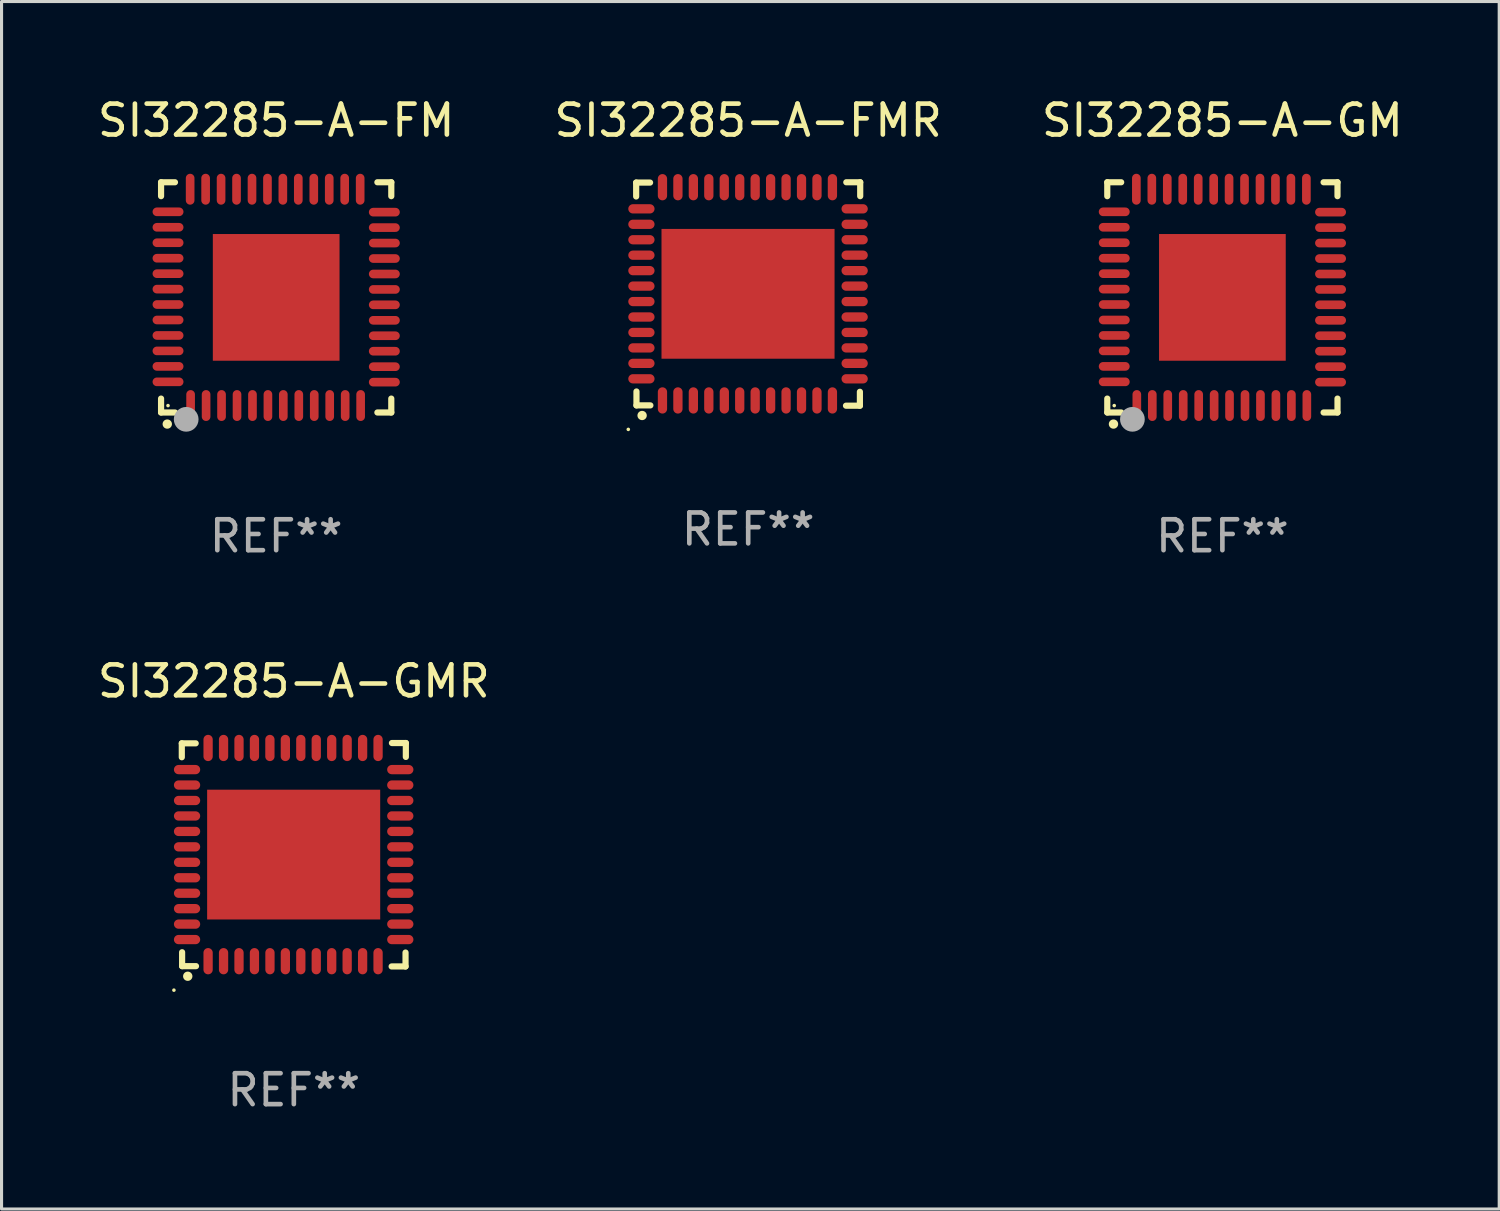
<source format=kicad_pcb>
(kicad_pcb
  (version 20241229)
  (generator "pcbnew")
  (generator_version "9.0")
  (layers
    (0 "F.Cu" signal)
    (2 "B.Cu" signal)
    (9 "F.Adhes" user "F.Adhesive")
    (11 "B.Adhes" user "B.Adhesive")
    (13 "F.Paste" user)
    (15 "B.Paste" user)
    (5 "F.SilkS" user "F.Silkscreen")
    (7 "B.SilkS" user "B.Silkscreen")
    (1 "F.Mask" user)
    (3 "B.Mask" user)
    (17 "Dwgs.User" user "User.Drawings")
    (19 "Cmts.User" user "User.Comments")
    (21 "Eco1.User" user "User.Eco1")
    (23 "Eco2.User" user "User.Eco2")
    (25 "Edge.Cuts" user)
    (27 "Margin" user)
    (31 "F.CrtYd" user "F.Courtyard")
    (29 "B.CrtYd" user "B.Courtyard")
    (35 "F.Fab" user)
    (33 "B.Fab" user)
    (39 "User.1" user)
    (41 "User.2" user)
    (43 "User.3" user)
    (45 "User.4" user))
  (footprint "SI32285-A-FMR"
    (layer "F.Cu")
    (at 21.161 6.463)
    (property "Reference" "SI32285-A-FMR" (at 0 -5.615 0) (layer "F.SilkS") (effects (font (size 1 1) (thickness 0.15))))
    (attr through_hole)
    (fp_line (start -3.625 -3.605) (end -3.175 -3.605) (stroke (width 0.2) (type solid)) (layer "F.SilkS"))
    (fp_line (start -3.625 -3.155) (end -3.625 -3.605) (stroke (width 0.2) (type solid)) (layer "F.SilkS"))
    (fp_line (start -3.615 3.605) (end -3.615 3.155) (stroke (width 0.2) (type solid)) (layer "F.SilkS"))
    (fp_line (start -3.165 3.605) (end -3.615 3.605) (stroke (width 0.2) (type solid)) (layer "F.SilkS"))
    (fp_line (start 3.165 3.615) (end 3.615 3.615) (stroke (width 0.2) (type solid)) (layer "F.SilkS"))
    (fp_line (start 3.615 3.615) (end 3.615 3.165) (stroke (width 0.2) (type solid)) (layer "F.SilkS"))
    (fp_line (start 3.625 -3.615) (end 3.175 -3.615) (stroke (width 0.2) (type solid)) (layer "F.SilkS"))
    (fp_line (start 3.625 -3.165) (end 3.625 -3.615) (stroke (width 0.2) (type solid)) (layer "F.SilkS"))
    (fp_arc (start -3.434011 3.931928) (mid -3.432741 3.931923) (end -3.431471 3.931928) (stroke (width 0.3) (type solid)) (layer "F.SilkS"))
    (fp_circle (center -3.88 4.382) (end -3.85 4.382) (stroke (width 0.06) (type solid)) (fill no) (layer "F.SilkS"))
    (fp_text user "REF**" (at 0 7.615 0) (layer "F.Fab") (effects (font (size 1 1) (thickness 0.15))))
    (pad "1" smd oval (at -2.774 3.445 180) (size 0.3 0.85) (layers "F.Cu" "F.Mask" "F.Paste"))
    (pad "2" smd oval (at -2.274 3.445 180) (size 0.3 0.85) (layers "F.Cu" "F.Mask" "F.Paste"))
    (pad "3" smd oval (at -1.774 3.445 180) (size 0.3 0.85) (layers "F.Cu" "F.Mask" "F.Paste"))
    (pad "4" smd oval (at -1.274 3.445 180) (size 0.3 0.85) (layers "F.Cu" "F.Mask" "F.Paste"))
    (pad "5" smd oval (at -0.772 3.445 180) (size 0.3 0.85) (layers "F.Cu" "F.Mask" "F.Paste"))
    (pad "6" smd oval (at -0.274 3.445 180) (size 0.3 0.85) (layers "F.Cu" "F.Mask" "F.Paste"))
    (pad "7" smd oval (at 0.226 3.445 180) (size 0.3 0.85) (layers "F.Cu" "F.Mask" "F.Paste"))
    (pad "8" smd oval (at 0.726 3.445 180) (size 0.3 0.85) (layers "F.Cu" "F.Mask" "F.Paste"))
    (pad "9" smd oval (at 1.226 3.445 180) (size 0.3 0.85) (layers "F.Cu" "F.Mask" "F.Paste"))
    (pad "10" smd oval (at 1.726 3.445 180) (size 0.3 0.85) (layers "F.Cu" "F.Mask" "F.Paste"))
    (pad "11" smd oval (at 2.226 3.445 180) (size 0.3 0.85) (layers "F.Cu" "F.Mask" "F.Paste"))
    (pad "12" smd oval (at 2.726 3.445 180) (size 0.3 0.85) (layers "F.Cu" "F.Mask" "F.Paste"))
    (pad "13" smd oval (at 3.445 2.745 90) (size 0.3 0.85) (layers "F.Cu" "F.Mask" "F.Paste"))
    (pad "14" smd oval (at 3.445 2.245 90) (size 0.3 0.85) (layers "F.Cu" "F.Mask" "F.Paste"))
    (pad "15" smd oval (at 3.445 1.745 90) (size 0.3 0.85) (layers "F.Cu" "F.Mask" "F.Paste"))
    (pad "16" smd oval (at 3.445 1.245 90) (size 0.3 0.85) (layers "F.Cu" "F.Mask" "F.Paste"))
    (pad "17" smd oval (at 3.445 0.745 90) (size 0.3 0.85) (layers "F.Cu" "F.Mask" "F.Paste"))
    (pad "18" smd oval (at 3.445 0.245 90) (size 0.3 0.85) (layers "F.Cu" "F.Mask" "F.Paste"))
    (pad "19" smd oval (at 3.445 -0.255 90) (size 0.3 0.85) (layers "F.Cu" "F.Mask" "F.Paste"))
    (pad "20" smd oval (at 3.445 -0.755 90) (size 0.3 0.85) (layers "F.Cu" "F.Mask" "F.Paste"))
    (pad "21" smd oval (at 3.445 -1.255 90) (size 0.3 0.85) (layers "F.Cu" "F.Mask" "F.Paste"))
    (pad "22" smd oval (at 3.445 -1.755 90) (size 0.3 0.85) (layers "F.Cu" "F.Mask" "F.Paste"))
    (pad "23" smd oval (at 3.445 -2.255 90) (size 0.3 0.85) (layers "F.Cu" "F.Mask" "F.Paste"))
    (pad "24" smd oval (at 3.445 -2.755 90) (size 0.3 0.85) (layers "F.Cu" "F.Mask" "F.Paste"))
    (pad "25" smd oval (at 2.726 -3.455 180) (size 0.3 0.85) (layers "F.Cu" "F.Mask" "F.Paste"))
    (pad "26" smd oval (at 2.226 -3.455 180) (size 0.3 0.85) (layers "F.Cu" "F.Mask" "F.Paste"))
    (pad "27" smd oval (at 1.726 -3.455 180) (size 0.3 0.85) (layers "F.Cu" "F.Mask" "F.Paste"))
    (pad "28" smd oval (at 1.226 -3.455 180) (size 0.3 0.85) (layers "F.Cu" "F.Mask" "F.Paste"))
    (pad "29" smd oval (at 0.726 -3.455 180) (size 0.3 0.85) (layers "F.Cu" "F.Mask" "F.Paste"))
    (pad "30" smd oval (at 0.226 -3.455 180) (size 0.3 0.85) (layers "F.Cu" "F.Mask" "F.Paste"))
    (pad "31" smd oval (at -0.274 -3.455 180) (size 0.3 0.85) (layers "F.Cu" "F.Mask" "F.Paste"))
    (pad "32" smd oval (at -0.774 -3.455 180) (size 0.3 0.85) (layers "F.Cu" "F.Mask" "F.Paste"))
    (pad "33" smd oval (at -1.274 -3.455 180) (size 0.3 0.85) (layers "F.Cu" "F.Mask" "F.Paste"))
    (pad "34" smd oval (at -1.774 -3.455 180) (size 0.3 0.85) (layers "F.Cu" "F.Mask" "F.Paste"))
    (pad "35" smd oval (at -2.274 -3.455 180) (size 0.3 0.85) (layers "F.Cu" "F.Mask" "F.Paste"))
    (pad "36" smd oval (at -2.774 -3.455 180) (size 0.3 0.85) (layers "F.Cu" "F.Mask" "F.Paste"))
    (pad "37" smd oval (at -3.455 -2.755 90) (size 0.3 0.85) (layers "F.Cu" "F.Mask" "F.Paste"))
    (pad "38" smd oval (at -3.455 -2.255 90) (size 0.3 0.85) (layers "F.Cu" "F.Mask" "F.Paste"))
    (pad "39" smd oval (at -3.455 -1.755 90) (size 0.3 0.85) (layers "F.Cu" "F.Mask" "F.Paste"))
    (pad "40" smd oval (at -3.455 -1.255 90) (size 0.3 0.85) (layers "F.Cu" "F.Mask" "F.Paste"))
    (pad "41" smd oval (at -3.455 -0.755 90) (size 0.3 0.85) (layers "F.Cu" "F.Mask" "F.Paste"))
    (pad "42" smd oval (at -3.455 -0.255 90) (size 0.3 0.85) (layers "F.Cu" "F.Mask" "F.Paste"))
    (pad "43" smd oval (at -3.455 0.245 90) (size 0.3 0.85) (layers "F.Cu" "F.Mask" "F.Paste"))
    (pad "44" smd oval (at -3.455 0.745 90) (size 0.3 0.85) (layers "F.Cu" "F.Mask" "F.Paste"))
    (pad "45" smd oval (at -3.455 1.245 90) (size 0.3 0.85) (layers "F.Cu" "F.Mask" "F.Paste"))
    (pad "46" smd oval (at -3.455 1.745 90) (size 0.3 0.85) (layers "F.Cu" "F.Mask" "F.Paste"))
    (pad "47" smd oval (at -3.455 2.245 90) (size 0.3 0.85) (layers "F.Cu" "F.Mask" "F.Paste"))
    (pad "48" smd oval (at -3.455 2.745 90) (size 0.3 0.85) (layers "F.Cu" "F.Mask" "F.Paste"))
    (pad "49" smd rect (at -0.005 -0.005 180) (size 5.6 4.2) (layers "F.Cu" "F.Mask" "F.Paste")))
  (footprint "SI32285-A-FM"
    (layer "F.Cu")
    (at 5.887 6.573)
    (property "Reference" "SI32285-A-FM" (at 0 -5.725 0) (layer "F.SilkS") (effects (font (size 1 1) (thickness 0.15))))
    (attr through_hole)
    (fp_line (start -3.725 -3.725) (end -3.275 -3.725) (stroke (width 0.2) (type solid)) (layer "F.SilkS"))
    (fp_line (start -3.725 -3.275) (end -3.725 -3.725) (stroke (width 0.2) (type solid)) (layer "F.SilkS"))
    (fp_line (start -3.725 3.725) (end -3.725 3.275) (stroke (width 0.2) (type solid)) (layer "F.SilkS"))
    (fp_line (start -3.275 3.725) (end -3.725 3.725) (stroke (width 0.2) (type solid)) (layer "F.SilkS"))
    (fp_line (start 3.275 3.725) (end 3.725 3.725) (stroke (width 0.2) (type solid)) (layer "F.SilkS"))
    (fp_line (start 3.725 -3.725) (end 3.275 -3.725) (stroke (width 0.2) (type solid)) (layer "F.SilkS"))
    (fp_line (start 3.725 -3.275) (end 3.725 -3.725) (stroke (width 0.2) (type solid)) (layer "F.SilkS"))
    (fp_line (start 3.725 3.725) (end 3.725 3.275) (stroke (width 0.2) (type solid)) (layer "F.SilkS"))
    (fp_arc (start -3.525527 4.099568) (mid -3.524257 4.099563) (end -3.522987 4.099568) (stroke (width 0.3) (type solid)) (layer "F.SilkS"))
    (fp_circle (center -3.5 3.502) (end -3.47 3.502) (stroke (width 0.06) (type solid)) (fill no) (layer "F.SilkS"))
    (fp_circle (center -2.912 3.946) (end -2.712 3.946) (stroke (width 0.4) (type solid)) (fill no) (layer "F.Fab"))
    (fp_text user "REF**" (at 0 7.725 0) (layer "F.Fab") (effects (font (size 1 1) (thickness 0.15))))
    (pad "1" smd oval (at -2.769 3.5) (size 0.28 1) (layers "F.Cu" "F.Mask" "F.Paste"))
    (pad "2" smd oval (at -2.268 3.5) (size 0.28 1) (layers "F.Cu" "F.Mask" "F.Paste"))
    (pad "3" smd oval (at -1.768 3.5) (size 0.28 1) (layers "F.Cu" "F.Mask" "F.Paste"))
    (pad "4" smd oval (at -1.267 3.5) (size 0.28 1) (layers "F.Cu" "F.Mask" "F.Paste"))
    (pad "5" smd oval (at -0.767 3.5) (size 0.28 1) (layers "F.Cu" "F.Mask" "F.Paste"))
    (pad "6" smd oval (at -0.267 3.5) (size 0.28 1) (layers "F.Cu" "F.Mask" "F.Paste"))
    (pad "7" smd oval (at 0.231 3.5) (size 0.28 1) (layers "F.Cu" "F.Mask" "F.Paste"))
    (pad "8" smd oval (at 0.732 3.5) (size 0.28 1) (layers "F.Cu" "F.Mask" "F.Paste"))
    (pad "9" smd oval (at 1.232 3.5) (size 0.28 1) (layers "F.Cu" "F.Mask" "F.Paste"))
    (pad "10" smd oval (at 1.732 3.5) (size 0.28 1) (layers "F.Cu" "F.Mask" "F.Paste"))
    (pad "11" smd oval (at 2.233 3.5) (size 0.28 1) (layers "F.Cu" "F.Mask" "F.Paste"))
    (pad "12" smd oval (at 2.733 3.5) (size 0.28 1) (layers "F.Cu" "F.Mask" "F.Paste"))
    (pad "13" smd oval (at 3.5 2.743) (size 1 0.28) (layers "F.Cu" "F.Mask" "F.Paste"))
    (pad "14" smd oval (at 3.5 2.243) (size 1 0.28) (layers "F.Cu" "F.Mask" "F.Paste"))
    (pad "15" smd oval (at 3.5 1.742) (size 1 0.28) (layers "F.Cu" "F.Mask" "F.Paste"))
    (pad "16" smd oval (at 3.5 1.242) (size 1 0.28) (layers "F.Cu" "F.Mask" "F.Paste"))
    (pad "17" smd oval (at 3.5 0.742) (size 1 0.28) (layers "F.Cu" "F.Mask" "F.Paste"))
    (pad "18" smd oval (at 3.5 0.241) (size 1 0.28) (layers "F.Cu" "F.Mask" "F.Paste"))
    (pad "19" smd oval (at 3.5 -0.257) (size 1 0.28) (layers "F.Cu" "F.Mask" "F.Paste"))
    (pad "20" smd oval (at 3.5 -0.757) (size 1 0.28) (layers "F.Cu" "F.Mask" "F.Paste"))
    (pad "21" smd oval (at 3.5 -1.257) (size 1 0.28) (layers "F.Cu" "F.Mask" "F.Paste"))
    (pad "22" smd oval (at 3.5 -1.758) (size 1 0.28) (layers "F.Cu" "F.Mask" "F.Paste"))
    (pad "23" smd oval (at 3.5 -2.258) (size 1 0.28) (layers "F.Cu" "F.Mask" "F.Paste"))
    (pad "24" smd oval (at 3.5 -2.758) (size 1 0.28) (layers "F.Cu" "F.Mask" "F.Paste"))
    (pad "25" smd oval (at 2.718 -3.5) (size 0.28 1) (layers "F.Cu" "F.Mask" "F.Paste"))
    (pad "26" smd oval (at 2.217 -3.5) (size 0.28 1) (layers "F.Cu" "F.Mask" "F.Paste"))
    (pad "27" smd oval (at 1.717 -3.5) (size 0.28 1) (layers "F.Cu" "F.Mask" "F.Paste"))
    (pad "28" smd oval (at 1.217 -3.5) (size 0.28 1) (layers "F.Cu" "F.Mask" "F.Paste"))
    (pad "29" smd oval (at 0.716 -3.5) (size 0.28 1) (layers "F.Cu" "F.Mask" "F.Paste"))
    (pad "30" smd oval (at 0.216 -3.5) (size 0.28 1) (layers "F.Cu" "F.Mask" "F.Paste"))
    (pad "31" smd oval (at -0.282 -3.5) (size 0.28 1) (layers "F.Cu" "F.Mask" "F.Paste"))
    (pad "32" smd oval (at -0.782 -3.5) (size 0.28 1) (layers "F.Cu" "F.Mask" "F.Paste"))
    (pad "33" smd oval (at -1.283 -3.5) (size 0.28 1) (layers "F.Cu" "F.Mask" "F.Paste"))
    (pad "34" smd oval (at -1.783 -3.5) (size 0.28 1) (layers "F.Cu" "F.Mask" "F.Paste"))
    (pad "35" smd oval (at -2.283 -3.5) (size 0.28 1) (layers "F.Cu" "F.Mask" "F.Paste"))
    (pad "36" smd oval (at -2.784 -3.5) (size 0.28 1) (layers "F.Cu" "F.Mask" "F.Paste"))
    (pad "37" smd oval (at -3.5 -2.769) (size 1 0.28) (layers "F.Cu" "F.Mask" "F.Paste"))
    (pad "38" smd oval (at -3.5 -2.268) (size 1 0.28) (layers "F.Cu" "F.Mask" "F.Paste"))
    (pad "39" smd oval (at -3.5 -1.768) (size 1 0.28) (layers "F.Cu" "F.Mask" "F.Paste"))
    (pad "40" smd oval (at -3.5 -1.267) (size 1 0.28) (layers "F.Cu" "F.Mask" "F.Paste"))
    (pad "41" smd oval (at -3.5 -0.767) (size 1 0.28) (layers "F.Cu" "F.Mask" "F.Paste"))
    (pad "42" smd oval (at -3.5 -0.267) (size 1 0.28) (layers "F.Cu" "F.Mask" "F.Paste"))
    (pad "43" smd oval (at -3.5 0.231) (size 1 0.28) (layers "F.Cu" "F.Mask" "F.Paste"))
    (pad "44" smd oval (at -3.5 0.732) (size 1 0.28) (layers "F.Cu" "F.Mask" "F.Paste"))
    (pad "45" smd oval (at -3.5 1.232) (size 1 0.28) (layers "F.Cu" "F.Mask" "F.Paste"))
    (pad "46" smd oval (at -3.5 1.732) (size 1 0.28) (layers "F.Cu" "F.Mask" "F.Paste"))
    (pad "47" smd oval (at -3.5 2.233) (size 1 0.28) (layers "F.Cu" "F.Mask" "F.Paste"))
    (pad "48" smd oval (at -3.5 2.733) (size 1 0.28) (layers "F.Cu" "F.Mask" "F.Paste"))
    (pad "49" smd rect (at 0 0 90) (size 4.1 4.1) (layers "F.Cu" "F.Mask" "F.Paste")))
  (footprint "SI32285-A-GM"
    (layer "F.Cu")
    (at 36.506 6.573)
    (property "Reference" "SI32285-A-GM" (at 0 -5.725 0) (layer "F.SilkS") (effects (font (size 1 1) (thickness 0.15))))
    (attr through_hole)
    (fp_line (start -3.725 -3.725) (end -3.275 -3.725) (stroke (width 0.2) (type solid)) (layer "F.SilkS"))
    (fp_line (start -3.725 -3.275) (end -3.725 -3.725) (stroke (width 0.2) (type solid)) (layer "F.SilkS"))
    (fp_line (start -3.725 3.725) (end -3.725 3.275) (stroke (width 0.2) (type solid)) (layer "F.SilkS"))
    (fp_line (start -3.275 3.725) (end -3.725 3.725) (stroke (width 0.2) (type solid)) (layer "F.SilkS"))
    (fp_line (start 3.275 3.725) (end 3.725 3.725) (stroke (width 0.2) (type solid)) (layer "F.SilkS"))
    (fp_line (start 3.725 -3.725) (end 3.275 -3.725) (stroke (width 0.2) (type solid)) (layer "F.SilkS"))
    (fp_line (start 3.725 -3.275) (end 3.725 -3.725) (stroke (width 0.2) (type solid)) (layer "F.SilkS"))
    (fp_line (start 3.725 3.725) (end 3.725 3.275) (stroke (width 0.2) (type solid)) (layer "F.SilkS"))
    (fp_arc (start -3.525527 4.099568) (mid -3.524257 4.099563) (end -3.522987 4.099568) (stroke (width 0.3) (type solid)) (layer "F.SilkS"))
    (fp_circle (center -3.5 3.502) (end -3.47 3.502) (stroke (width 0.06) (type solid)) (fill no) (layer "F.SilkS"))
    (fp_circle (center -2.912 3.946) (end -2.712 3.946) (stroke (width 0.4) (type solid)) (fill no) (layer "F.Fab"))
    (fp_text user "REF**" (at 0 7.725 0) (layer "F.Fab") (effects (font (size 1 1) (thickness 0.15))))
    (pad "1" smd oval (at -2.769 3.5) (size 0.28 1) (layers "F.Cu" "F.Mask" "F.Paste"))
    (pad "2" smd oval (at -2.268 3.5) (size 0.28 1) (layers "F.Cu" "F.Mask" "F.Paste"))
    (pad "3" smd oval (at -1.768 3.5) (size 0.28 1) (layers "F.Cu" "F.Mask" "F.Paste"))
    (pad "4" smd oval (at -1.267 3.5) (size 0.28 1) (layers "F.Cu" "F.Mask" "F.Paste"))
    (pad "5" smd oval (at -0.767 3.5) (size 0.28 1) (layers "F.Cu" "F.Mask" "F.Paste"))
    (pad "6" smd oval (at -0.267 3.5) (size 0.28 1) (layers "F.Cu" "F.Mask" "F.Paste"))
    (pad "7" smd oval (at 0.231 3.5) (size 0.28 1) (layers "F.Cu" "F.Mask" "F.Paste"))
    (pad "8" smd oval (at 0.732 3.5) (size 0.28 1) (layers "F.Cu" "F.Mask" "F.Paste"))
    (pad "9" smd oval (at 1.232 3.5) (size 0.28 1) (layers "F.Cu" "F.Mask" "F.Paste"))
    (pad "10" smd oval (at 1.732 3.5) (size 0.28 1) (layers "F.Cu" "F.Mask" "F.Paste"))
    (pad "11" smd oval (at 2.233 3.5) (size 0.28 1) (layers "F.Cu" "F.Mask" "F.Paste"))
    (pad "12" smd oval (at 2.733 3.5) (size 0.28 1) (layers "F.Cu" "F.Mask" "F.Paste"))
    (pad "13" smd oval (at 3.5 2.743) (size 1 0.28) (layers "F.Cu" "F.Mask" "F.Paste"))
    (pad "14" smd oval (at 3.5 2.243) (size 1 0.28) (layers "F.Cu" "F.Mask" "F.Paste"))
    (pad "15" smd oval (at 3.5 1.742) (size 1 0.28) (layers "F.Cu" "F.Mask" "F.Paste"))
    (pad "16" smd oval (at 3.5 1.242) (size 1 0.28) (layers "F.Cu" "F.Mask" "F.Paste"))
    (pad "17" smd oval (at 3.5 0.742) (size 1 0.28) (layers "F.Cu" "F.Mask" "F.Paste"))
    (pad "18" smd oval (at 3.5 0.241) (size 1 0.28) (layers "F.Cu" "F.Mask" "F.Paste"))
    (pad "19" smd oval (at 3.5 -0.257) (size 1 0.28) (layers "F.Cu" "F.Mask" "F.Paste"))
    (pad "20" smd oval (at 3.5 -0.757) (size 1 0.28) (layers "F.Cu" "F.Mask" "F.Paste"))
    (pad "21" smd oval (at 3.5 -1.257) (size 1 0.28) (layers "F.Cu" "F.Mask" "F.Paste"))
    (pad "22" smd oval (at 3.5 -1.758) (size 1 0.28) (layers "F.Cu" "F.Mask" "F.Paste"))
    (pad "23" smd oval (at 3.5 -2.258) (size 1 0.28) (layers "F.Cu" "F.Mask" "F.Paste"))
    (pad "24" smd oval (at 3.5 -2.758) (size 1 0.28) (layers "F.Cu" "F.Mask" "F.Paste"))
    (pad "25" smd oval (at 2.718 -3.5) (size 0.28 1) (layers "F.Cu" "F.Mask" "F.Paste"))
    (pad "26" smd oval (at 2.217 -3.5) (size 0.28 1) (layers "F.Cu" "F.Mask" "F.Paste"))
    (pad "27" smd oval (at 1.717 -3.5) (size 0.28 1) (layers "F.Cu" "F.Mask" "F.Paste"))
    (pad "28" smd oval (at 1.217 -3.5) (size 0.28 1) (layers "F.Cu" "F.Mask" "F.Paste"))
    (pad "29" smd oval (at 0.716 -3.5) (size 0.28 1) (layers "F.Cu" "F.Mask" "F.Paste"))
    (pad "30" smd oval (at 0.216 -3.5) (size 0.28 1) (layers "F.Cu" "F.Mask" "F.Paste"))
    (pad "31" smd oval (at -0.282 -3.5) (size 0.28 1) (layers "F.Cu" "F.Mask" "F.Paste"))
    (pad "32" smd oval (at -0.782 -3.5) (size 0.28 1) (layers "F.Cu" "F.Mask" "F.Paste"))
    (pad "33" smd oval (at -1.283 -3.5) (size 0.28 1) (layers "F.Cu" "F.Mask" "F.Paste"))
    (pad "34" smd oval (at -1.783 -3.5) (size 0.28 1) (layers "F.Cu" "F.Mask" "F.Paste"))
    (pad "35" smd oval (at -2.283 -3.5) (size 0.28 1) (layers "F.Cu" "F.Mask" "F.Paste"))
    (pad "36" smd oval (at -2.784 -3.5) (size 0.28 1) (layers "F.Cu" "F.Mask" "F.Paste"))
    (pad "37" smd oval (at -3.5 -2.769) (size 1 0.28) (layers "F.Cu" "F.Mask" "F.Paste"))
    (pad "38" smd oval (at -3.5 -2.268) (size 1 0.28) (layers "F.Cu" "F.Mask" "F.Paste"))
    (pad "39" smd oval (at -3.5 -1.768) (size 1 0.28) (layers "F.Cu" "F.Mask" "F.Paste"))
    (pad "40" smd oval (at -3.5 -1.267) (size 1 0.28) (layers "F.Cu" "F.Mask" "F.Paste"))
    (pad "41" smd oval (at -3.5 -0.767) (size 1 0.28) (layers "F.Cu" "F.Mask" "F.Paste"))
    (pad "42" smd oval (at -3.5 -0.267) (size 1 0.28) (layers "F.Cu" "F.Mask" "F.Paste"))
    (pad "43" smd oval (at -3.5 0.231) (size 1 0.28) (layers "F.Cu" "F.Mask" "F.Paste"))
    (pad "44" smd oval (at -3.5 0.732) (size 1 0.28) (layers "F.Cu" "F.Mask" "F.Paste"))
    (pad "45" smd oval (at -3.5 1.232) (size 1 0.28) (layers "F.Cu" "F.Mask" "F.Paste"))
    (pad "46" smd oval (at -3.5 1.732) (size 1 0.28) (layers "F.Cu" "F.Mask" "F.Paste"))
    (pad "47" smd oval (at -3.5 2.233) (size 1 0.28) (layers "F.Cu" "F.Mask" "F.Paste"))
    (pad "48" smd oval (at -3.5 2.733) (size 1 0.28) (layers "F.Cu" "F.Mask" "F.Paste"))
    (pad "49" smd rect (at 0 0 90) (size 4.1 4.1) (layers "F.Cu" "F.Mask" "F.Paste")))
  (footprint "SI32285-A-GMR"
    (layer "F.Cu")
    (at 6.458 24.609)
    (property "Reference" "SI32285-A-GMR" (at 0 -5.615 0) (layer "F.SilkS") (effects (font (size 1 1) (thickness 0.15))))
    (attr through_hole)
    (fp_line (start -3.625 -3.605) (end -3.175 -3.605) (stroke (width 0.2) (type solid)) (layer "F.SilkS"))
    (fp_line (start -3.625 -3.155) (end -3.625 -3.605) (stroke (width 0.2) (type solid)) (layer "F.SilkS"))
    (fp_line (start -3.615 3.605) (end -3.615 3.155) (stroke (width 0.2) (type solid)) (layer "F.SilkS"))
    (fp_line (start -3.165 3.605) (end -3.615 3.605) (stroke (width 0.2) (type solid)) (layer "F.SilkS"))
    (fp_line (start 3.165 3.615) (end 3.615 3.615) (stroke (width 0.2) (type solid)) (layer "F.SilkS"))
    (fp_line (start 3.615 3.615) (end 3.615 3.165) (stroke (width 0.2) (type solid)) (layer "F.SilkS"))
    (fp_line (start 3.625 -3.615) (end 3.175 -3.615) (stroke (width 0.2) (type solid)) (layer "F.SilkS"))
    (fp_line (start 3.625 -3.165) (end 3.625 -3.615) (stroke (width 0.2) (type solid)) (layer "F.SilkS"))
    (fp_arc (start -3.434011 3.931928) (mid -3.432741 3.931923) (end -3.431471 3.931928) (stroke (width 0.3) (type solid)) (layer "F.SilkS"))
    (fp_circle (center -3.88 4.382) (end -3.85 4.382) (stroke (width 0.06) (type solid)) (fill no) (layer "F.SilkS"))
    (fp_text user "REF**" (at 0 7.615 0) (layer "F.Fab") (effects (font (size 1 1) (thickness 0.15))))
    (pad "1" smd oval (at -2.774 3.445 180) (size 0.3 0.85) (layers "F.Cu" "F.Mask" "F.Paste"))
    (pad "2" smd oval (at -2.274 3.445 180) (size 0.3 0.85) (layers "F.Cu" "F.Mask" "F.Paste"))
    (pad "3" smd oval (at -1.774 3.445 180) (size 0.3 0.85) (layers "F.Cu" "F.Mask" "F.Paste"))
    (pad "4" smd oval (at -1.274 3.445 180) (size 0.3 0.85) (layers "F.Cu" "F.Mask" "F.Paste"))
    (pad "5" smd oval (at -0.772 3.445 180) (size 0.3 0.85) (layers "F.Cu" "F.Mask" "F.Paste"))
    (pad "6" smd oval (at -0.274 3.445 180) (size 0.3 0.85) (layers "F.Cu" "F.Mask" "F.Paste"))
    (pad "7" smd oval (at 0.226 3.445 180) (size 0.3 0.85) (layers "F.Cu" "F.Mask" "F.Paste"))
    (pad "8" smd oval (at 0.726 3.445 180) (size 0.3 0.85) (layers "F.Cu" "F.Mask" "F.Paste"))
    (pad "9" smd oval (at 1.226 3.445 180) (size 0.3 0.85) (layers "F.Cu" "F.Mask" "F.Paste"))
    (pad "10" smd oval (at 1.726 3.445 180) (size 0.3 0.85) (layers "F.Cu" "F.Mask" "F.Paste"))
    (pad "11" smd oval (at 2.226 3.445 180) (size 0.3 0.85) (layers "F.Cu" "F.Mask" "F.Paste"))
    (pad "12" smd oval (at 2.726 3.445 180) (size 0.3 0.85) (layers "F.Cu" "F.Mask" "F.Paste"))
    (pad "13" smd oval (at 3.445 2.745 90) (size 0.3 0.85) (layers "F.Cu" "F.Mask" "F.Paste"))
    (pad "14" smd oval (at 3.445 2.245 90) (size 0.3 0.85) (layers "F.Cu" "F.Mask" "F.Paste"))
    (pad "15" smd oval (at 3.445 1.745 90) (size 0.3 0.85) (layers "F.Cu" "F.Mask" "F.Paste"))
    (pad "16" smd oval (at 3.445 1.245 90) (size 0.3 0.85) (layers "F.Cu" "F.Mask" "F.Paste"))
    (pad "17" smd oval (at 3.445 0.745 90) (size 0.3 0.85) (layers "F.Cu" "F.Mask" "F.Paste"))
    (pad "18" smd oval (at 3.445 0.245 90) (size 0.3 0.85) (layers "F.Cu" "F.Mask" "F.Paste"))
    (pad "19" smd oval (at 3.445 -0.255 90) (size 0.3 0.85) (layers "F.Cu" "F.Mask" "F.Paste"))
    (pad "20" smd oval (at 3.445 -0.755 90) (size 0.3 0.85) (layers "F.Cu" "F.Mask" "F.Paste"))
    (pad "21" smd oval (at 3.445 -1.255 90) (size 0.3 0.85) (layers "F.Cu" "F.Mask" "F.Paste"))
    (pad "22" smd oval (at 3.445 -1.755 90) (size 0.3 0.85) (layers "F.Cu" "F.Mask" "F.Paste"))
    (pad "23" smd oval (at 3.445 -2.255 90) (size 0.3 0.85) (layers "F.Cu" "F.Mask" "F.Paste"))
    (pad "24" smd oval (at 3.445 -2.755 90) (size 0.3 0.85) (layers "F.Cu" "F.Mask" "F.Paste"))
    (pad "25" smd oval (at 2.726 -3.455 180) (size 0.3 0.85) (layers "F.Cu" "F.Mask" "F.Paste"))
    (pad "26" smd oval (at 2.226 -3.455 180) (size 0.3 0.85) (layers "F.Cu" "F.Mask" "F.Paste"))
    (pad "27" smd oval (at 1.726 -3.455 180) (size 0.3 0.85) (layers "F.Cu" "F.Mask" "F.Paste"))
    (pad "28" smd oval (at 1.226 -3.455 180) (size 0.3 0.85) (layers "F.Cu" "F.Mask" "F.Paste"))
    (pad "29" smd oval (at 0.726 -3.455 180) (size 0.3 0.85) (layers "F.Cu" "F.Mask" "F.Paste"))
    (pad "30" smd oval (at 0.226 -3.455 180) (size 0.3 0.85) (layers "F.Cu" "F.Mask" "F.Paste"))
    (pad "31" smd oval (at -0.274 -3.455 180) (size 0.3 0.85) (layers "F.Cu" "F.Mask" "F.Paste"))
    (pad "32" smd oval (at -0.774 -3.455 180) (size 0.3 0.85) (layers "F.Cu" "F.Mask" "F.Paste"))
    (pad "33" smd oval (at -1.274 -3.455 180) (size 0.3 0.85) (layers "F.Cu" "F.Mask" "F.Paste"))
    (pad "34" smd oval (at -1.774 -3.455 180) (size 0.3 0.85) (layers "F.Cu" "F.Mask" "F.Paste"))
    (pad "35" smd oval (at -2.274 -3.455 180) (size 0.3 0.85) (layers "F.Cu" "F.Mask" "F.Paste"))
    (pad "36" smd oval (at -2.774 -3.455 180) (size 0.3 0.85) (layers "F.Cu" "F.Mask" "F.Paste"))
    (pad "37" smd oval (at -3.455 -2.755 90) (size 0.3 0.85) (layers "F.Cu" "F.Mask" "F.Paste"))
    (pad "38" smd oval (at -3.455 -2.255 90) (size 0.3 0.85) (layers "F.Cu" "F.Mask" "F.Paste"))
    (pad "39" smd oval (at -3.455 -1.755 90) (size 0.3 0.85) (layers "F.Cu" "F.Mask" "F.Paste"))
    (pad "40" smd oval (at -3.455 -1.255 90) (size 0.3 0.85) (layers "F.Cu" "F.Mask" "F.Paste"))
    (pad "41" smd oval (at -3.455 -0.755 90) (size 0.3 0.85) (layers "F.Cu" "F.Mask" "F.Paste"))
    (pad "42" smd oval (at -3.455 -0.255 90) (size 0.3 0.85) (layers "F.Cu" "F.Mask" "F.Paste"))
    (pad "43" smd oval (at -3.455 0.245 90) (size 0.3 0.85) (layers "F.Cu" "F.Mask" "F.Paste"))
    (pad "44" smd oval (at -3.455 0.745 90) (size 0.3 0.85) (layers "F.Cu" "F.Mask" "F.Paste"))
    (pad "45" smd oval (at -3.455 1.245 90) (size 0.3 0.85) (layers "F.Cu" "F.Mask" "F.Paste"))
    (pad "46" smd oval (at -3.455 1.745 90) (size 0.3 0.85) (layers "F.Cu" "F.Mask" "F.Paste"))
    (pad "47" smd oval (at -3.455 2.245 90) (size 0.3 0.85) (layers "F.Cu" "F.Mask" "F.Paste"))
    (pad "48" smd oval (at -3.455 2.745 90) (size 0.3 0.85) (layers "F.Cu" "F.Mask" "F.Paste"))
    (pad "49" smd rect (at -0.005 -0.005 180) (size 5.6 4.2) (layers "F.Cu" "F.Mask" "F.Paste")))
  (gr_rect
    (start -3 -3)
    (end 45.464 36.073)
    (stroke (width 0.1) (type default))
    (fill no)
    (layer "Edge.Cuts")))
</source>
